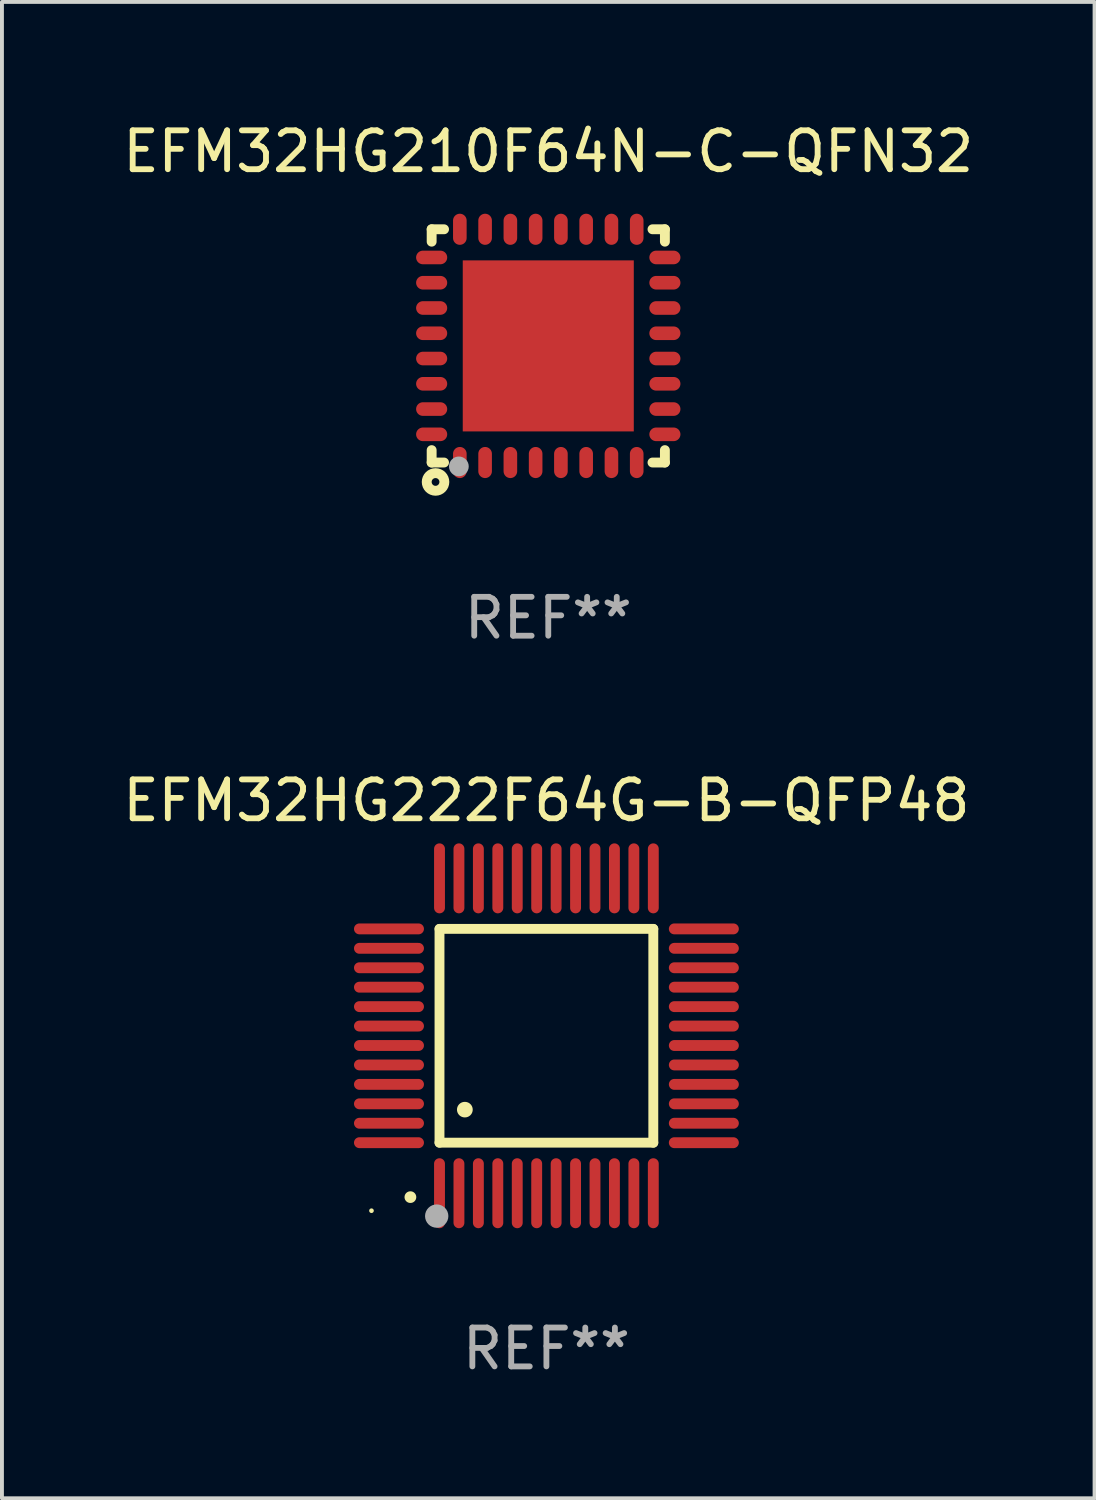
<source format=kicad_pcb>
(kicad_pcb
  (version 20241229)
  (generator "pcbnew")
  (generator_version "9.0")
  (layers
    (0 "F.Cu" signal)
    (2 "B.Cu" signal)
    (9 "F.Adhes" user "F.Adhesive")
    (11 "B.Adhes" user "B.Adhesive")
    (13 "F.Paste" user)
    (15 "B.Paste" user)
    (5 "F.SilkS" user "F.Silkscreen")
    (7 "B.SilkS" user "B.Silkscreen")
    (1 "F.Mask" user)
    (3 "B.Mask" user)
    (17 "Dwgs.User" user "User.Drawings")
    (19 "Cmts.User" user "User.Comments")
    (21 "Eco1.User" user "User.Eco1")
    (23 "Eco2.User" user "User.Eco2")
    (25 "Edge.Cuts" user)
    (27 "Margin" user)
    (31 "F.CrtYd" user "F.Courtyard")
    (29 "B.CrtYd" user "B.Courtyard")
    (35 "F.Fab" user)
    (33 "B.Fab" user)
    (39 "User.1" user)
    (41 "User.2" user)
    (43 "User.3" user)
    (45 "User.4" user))
  (footprint "EFM32HG210F64N-C-QFN32"
    (layer "F.Cu")
    (at 11.054 5.848)
    (property "Reference" "EFM32HG210F64N-C-QFN32" (at 0 -5 0) (layer "F.SilkS") (effects (font (size 1 1) (thickness 0.15))))
    (attr through_hole)
    (fp_line (start -3 -3) (end -3 -2.681) (stroke (width 0.254) (type solid)) (layer "F.SilkS"))
    (fp_line (start -3 -3) (end -2.681 -3) (stroke (width 0.254) (type solid)) (layer "F.SilkS"))
    (fp_line (start -3 2.681) (end -3 3) (stroke (width 0.254) (type solid)) (layer "F.SilkS"))
    (fp_line (start -3 3) (end -2.681 3) (stroke (width 0.254) (type solid)) (layer "F.SilkS"))
    (fp_line (start 2.681 -3) (end 3 -3) (stroke (width 0.254) (type solid)) (layer "F.SilkS"))
    (fp_line (start 2.681 3) (end 3 3) (stroke (width 0.254) (type solid)) (layer "F.SilkS"))
    (fp_line (start 3 -3) (end 3 -2.681) (stroke (width 0.254) (type solid)) (layer "F.SilkS"))
    (fp_line (start 3 2.681) (end 3 3) (stroke (width 0.254) (type solid)) (layer "F.SilkS"))
    (fp_circle (center -3 3) (end -2.97 3) (stroke (width 0.06) (type solid)) (fill no) (layer "F.SilkS"))
    (fp_circle (center -2.9 3.5) (end -2.8 3.5) (stroke (width 0.254) (type solid)) (fill no) (layer "F.SilkS"))
    (fp_circle (center -2.3 3.1) (end -2.173 3.1) (stroke (width 0.254) (type solid)) (fill no) (layer "F.Fab"))
    (fp_text user "REF**" (at 0 7 0) (layer "F.Fab") (effects (font (size 1 1) (thickness 0.15))))
    (pad "1" smd oval (at -2.275 3 180) (size 0.35 0.8) (layers "F.Cu" "F.Mask" "F.Paste"))
    (pad "2" smd oval (at -1.625 3 180) (size 0.35 0.8) (layers "F.Cu" "F.Mask" "F.Paste"))
    (pad "3" smd oval (at -0.975 3 180) (size 0.35 0.8) (layers "F.Cu" "F.Mask" "F.Paste"))
    (pad "4" smd oval (at -0.325 3 180) (size 0.35 0.8) (layers "F.Cu" "F.Mask" "F.Paste"))
    (pad "5" smd oval (at 0.325 3 180) (size 0.35 0.8) (layers "F.Cu" "F.Mask" "F.Paste"))
    (pad "6" smd oval (at 0.975 3 180) (size 0.35 0.8) (layers "F.Cu" "F.Mask" "F.Paste"))
    (pad "7" smd oval (at 1.625 3 180) (size 0.35 0.8) (layers "F.Cu" "F.Mask" "F.Paste"))
    (pad "8" smd oval (at 2.275 3 180) (size 0.35 0.8) (layers "F.Cu" "F.Mask" "F.Paste"))
    (pad "9" smd oval (at 3 2.275 90) (size 0.35 0.8) (layers "F.Cu" "F.Mask" "F.Paste"))
    (pad "10" smd oval (at 3 1.625 90) (size 0.35 0.8) (layers "F.Cu" "F.Mask" "F.Paste"))
    (pad "11" smd oval (at 3 0.975 90) (size 0.35 0.8) (layers "F.Cu" "F.Mask" "F.Paste"))
    (pad "12" smd oval (at 3 0.325 90) (size 0.35 0.8) (layers "F.Cu" "F.Mask" "F.Paste"))
    (pad "13" smd oval (at 3 -0.325 90) (size 0.35 0.8) (layers "F.Cu" "F.Mask" "F.Paste"))
    (pad "14" smd oval (at 3 -0.975 90) (size 0.35 0.8) (layers "F.Cu" "F.Mask" "F.Paste"))
    (pad "15" smd oval (at 3 -1.625 90) (size 0.35 0.8) (layers "F.Cu" "F.Mask" "F.Paste"))
    (pad "16" smd oval (at 3 -2.275 90) (size 0.35 0.8) (layers "F.Cu" "F.Mask" "F.Paste"))
    (pad "17" smd oval (at 2.275 -3 180) (size 0.35 0.8) (layers "F.Cu" "F.Mask" "F.Paste"))
    (pad "18" smd oval (at 1.625 -3 180) (size 0.35 0.8) (layers "F.Cu" "F.Mask" "F.Paste"))
    (pad "19" smd oval (at 0.975 -3 180) (size 0.35 0.8) (layers "F.Cu" "F.Mask" "F.Paste"))
    (pad "20" smd oval (at 0.325 -3 180) (size 0.35 0.8) (layers "F.Cu" "F.Mask" "F.Paste"))
    (pad "21" smd oval (at -0.325 -3 180) (size 0.35 0.8) (layers "F.Cu" "F.Mask" "F.Paste"))
    (pad "22" smd oval (at -0.975 -3 180) (size 0.35 0.8) (layers "F.Cu" "F.Mask" "F.Paste"))
    (pad "23" smd oval (at -1.625 -3 180) (size 0.35 0.8) (layers "F.Cu" "F.Mask" "F.Paste"))
    (pad "24" smd oval (at -2.275 -3 180) (size 0.35 0.8) (layers "F.Cu" "F.Mask" "F.Paste"))
    (pad "25" smd oval (at -3 -2.275 90) (size 0.35 0.8) (layers "F.Cu" "F.Mask" "F.Paste"))
    (pad "26" smd oval (at -3 -1.625 90) (size 0.35 0.8) (layers "F.Cu" "F.Mask" "F.Paste"))
    (pad "27" smd oval (at -3 -0.975 90) (size 0.35 0.8) (layers "F.Cu" "F.Mask" "F.Paste"))
    (pad "28" smd oval (at -3 -0.325 90) (size 0.35 0.8) (layers "F.Cu" "F.Mask" "F.Paste"))
    (pad "29" smd oval (at -3 0.325 90) (size 0.35 0.8) (layers "F.Cu" "F.Mask" "F.Paste"))
    (pad "30" smd oval (at -3 0.975 90) (size 0.35 0.8) (layers "F.Cu" "F.Mask" "F.Paste"))
    (pad "31" smd oval (at -3 1.625 90) (size 0.35 0.8) (layers "F.Cu" "F.Mask" "F.Paste"))
    (pad "32" smd oval (at -3 2.275 90) (size 0.35 0.8) (layers "F.Cu" "F.Mask" "F.Paste"))
    (pad "33" smd rect (at 0.000038 0.000038 90) (size 4.4 4.4) (layers "F.Cu" "F.Mask" "F.Paste")))
  (footprint "EFM32HG222F64G-B-QFP48"
    (layer "F.Cu")
    (at 11.006 23.595)
    (property "Reference" "EFM32HG222F64G-B-QFP48" (at 0 -6.05 0) (layer "F.SilkS") (effects (font (size 1 1) (thickness 0.15))))
    (attr through_hole)
    (fp_line (start -2.75 -2.75) (end 2.75 -2.75) (stroke (width 0.254) (type solid)) (layer "F.SilkS"))
    (fp_line (start -2.75 2.75) (end -2.75 -2.75) (stroke (width 0.254) (type solid)) (layer "F.SilkS"))
    (fp_line (start 2.75 -2.75) (end 2.75 2.75) (stroke (width 0.254) (type solid)) (layer "F.SilkS"))
    (fp_line (start 2.75 2.75) (end -2.75 2.75) (stroke (width 0.254) (type solid)) (layer "F.SilkS"))
    (fp_arc (start -3.500127 4.150368) (mid -3.498857 4.150363) (end -3.497587 4.150368) (stroke (width 0.3) (type solid)) (layer "F.SilkS"))
    (fp_arc (start -2.100584 1.899924) (mid -2.098044 1.899908) (end -2.095504 1.899924) (stroke (width 0.4) (type solid)) (layer "F.SilkS"))
    (fp_circle (center -4.5 4.5) (end -4.47 4.5) (stroke (width 0.06) (type solid)) (fill no) (layer "F.SilkS"))
    (fp_circle (center -2.822 4.638) (end -2.672 4.638) (stroke (width 0.3) (type solid)) (fill no) (layer "F.Fab"))
    (fp_text user "REF**" (at 0 8.05 0) (layer "F.Fab") (effects (font (size 1 1) (thickness 0.15))))
    (pad "1" smd oval (at -2.75 4.05) (size 0.28 1.8) (layers "F.Cu" "F.Mask" "F.Paste"))
    (pad "2" smd oval (at -2.25 4.05) (size 0.28 1.8) (layers "F.Cu" "F.Mask" "F.Paste"))
    (pad "3" smd oval (at -1.75 4.05) (size 0.28 1.8) (layers "F.Cu" "F.Mask" "F.Paste"))
    (pad "4" smd oval (at -1.25 4.05) (size 0.28 1.8) (layers "F.Cu" "F.Mask" "F.Paste"))
    (pad "5" smd oval (at -0.75 4.05) (size 0.28 1.8) (layers "F.Cu" "F.Mask" "F.Paste"))
    (pad "6" smd oval (at -0.25 4.05) (size 0.28 1.8) (layers "F.Cu" "F.Mask" "F.Paste"))
    (pad "7" smd oval (at 0.25 4.05) (size 0.28 1.8) (layers "F.Cu" "F.Mask" "F.Paste"))
    (pad "8" smd oval (at 0.75 4.05) (size 0.28 1.8) (layers "F.Cu" "F.Mask" "F.Paste"))
    (pad "9" smd oval (at 1.25 4.05) (size 0.28 1.8) (layers "F.Cu" "F.Mask" "F.Paste"))
    (pad "10" smd oval (at 1.75 4.05) (size 0.28 1.8) (layers "F.Cu" "F.Mask" "F.Paste"))
    (pad "11" smd oval (at 2.25 4.05) (size 0.28 1.8) (layers "F.Cu" "F.Mask" "F.Paste"))
    (pad "12" smd oval (at 2.75 4.05) (size 0.28 1.8) (layers "F.Cu" "F.Mask" "F.Paste"))
    (pad "13" smd oval (at 4.05 2.75) (size 1.8 0.28) (layers "F.Cu" "F.Mask" "F.Paste"))
    (pad "14" smd oval (at 4.05 2.25) (size 1.8 0.28) (layers "F.Cu" "F.Mask" "F.Paste"))
    (pad "15" smd oval (at 4.05 1.75) (size 1.8 0.28) (layers "F.Cu" "F.Mask" "F.Paste"))
    (pad "16" smd oval (at 4.05 1.25) (size 1.8 0.28) (layers "F.Cu" "F.Mask" "F.Paste"))
    (pad "17" smd oval (at 4.05 0.75) (size 1.8 0.28) (layers "F.Cu" "F.Mask" "F.Paste"))
    (pad "18" smd oval (at 4.05 0.25) (size 1.8 0.28) (layers "F.Cu" "F.Mask" "F.Paste"))
    (pad "19" smd oval (at 4.05 -0.25) (size 1.8 0.28) (layers "F.Cu" "F.Mask" "F.Paste"))
    (pad "20" smd oval (at 4.05 -0.75) (size 1.8 0.28) (layers "F.Cu" "F.Mask" "F.Paste"))
    (pad "21" smd oval (at 4.05 -1.25) (size 1.8 0.28) (layers "F.Cu" "F.Mask" "F.Paste"))
    (pad "22" smd oval (at 4.05 -1.75) (size 1.8 0.28) (layers "F.Cu" "F.Mask" "F.Paste"))
    (pad "23" smd oval (at 4.05 -2.25) (size 1.8 0.28) (layers "F.Cu" "F.Mask" "F.Paste"))
    (pad "24" smd oval (at 4.05 -2.75) (size 1.8 0.28) (layers "F.Cu" "F.Mask" "F.Paste"))
    (pad "25" smd oval (at 2.75 -4.05) (size 0.28 1.8) (layers "F.Cu" "F.Mask" "F.Paste"))
    (pad "26" smd oval (at 2.25 -4.05) (size 0.28 1.8) (layers "F.Cu" "F.Mask" "F.Paste"))
    (pad "27" smd oval (at 1.75 -4.05) (size 0.28 1.8) (layers "F.Cu" "F.Mask" "F.Paste"))
    (pad "28" smd oval (at 1.25 -4.05) (size 0.28 1.8) (layers "F.Cu" "F.Mask" "F.Paste"))
    (pad "29" smd oval (at 0.75 -4.05) (size 0.28 1.8) (layers "F.Cu" "F.Mask" "F.Paste"))
    (pad "30" smd oval (at 0.25 -4.05) (size 0.28 1.8) (layers "F.Cu" "F.Mask" "F.Paste"))
    (pad "31" smd oval (at -0.25 -4.05) (size 0.28 1.8) (layers "F.Cu" "F.Mask" "F.Paste"))
    (pad "32" smd oval (at -0.75 -4.05) (size 0.28 1.8) (layers "F.Cu" "F.Mask" "F.Paste"))
    (pad "33" smd oval (at -1.25 -4.05) (size 0.28 1.8) (layers "F.Cu" "F.Mask" "F.Paste"))
    (pad "34" smd oval (at -1.75 -4.05) (size 0.28 1.8) (layers "F.Cu" "F.Mask" "F.Paste"))
    (pad "35" smd oval (at -2.25 -4.05) (size 0.28 1.8) (layers "F.Cu" "F.Mask" "F.Paste"))
    (pad "36" smd oval (at -2.75 -4.05) (size 0.28 1.8) (layers "F.Cu" "F.Mask" "F.Paste"))
    (pad "37" smd oval (at -4.05 -2.75) (size 1.8 0.28) (layers "F.Cu" "F.Mask" "F.Paste"))
    (pad "38" smd oval (at -4.05 -2.25) (size 1.8 0.28) (layers "F.Cu" "F.Mask" "F.Paste"))
    (pad "39" smd oval (at -4.05 -1.75) (size 1.8 0.28) (layers "F.Cu" "F.Mask" "F.Paste"))
    (pad "40" smd oval (at -4.05 -1.25) (size 1.8 0.28) (layers "F.Cu" "F.Mask" "F.Paste"))
    (pad "41" smd oval (at -4.05 -0.75) (size 1.8 0.28) (layers "F.Cu" "F.Mask" "F.Paste"))
    (pad "42" smd oval (at -4.05 -0.25) (size 1.8 0.28) (layers "F.Cu" "F.Mask" "F.Paste"))
    (pad "43" smd oval (at -4.05 0.25) (size 1.8 0.28) (layers "F.Cu" "F.Mask" "F.Paste"))
    (pad "44" smd oval (at -4.05 0.75) (size 1.8 0.28) (layers "F.Cu" "F.Mask" "F.Paste"))
    (pad "45" smd oval (at -4.05 1.25) (size 1.8 0.28) (layers "F.Cu" "F.Mask" "F.Paste"))
    (pad "46" smd oval (at -4.05 1.75) (size 1.8 0.28) (layers "F.Cu" "F.Mask" "F.Paste"))
    (pad "47" smd oval (at -4.05 2.25) (size 1.8 0.28) (layers "F.Cu" "F.Mask" "F.Paste"))
    (pad "48" smd oval (at -4.05 2.75) (size 1.8 0.28) (layers "F.Cu" "F.Mask" "F.Paste")))
  (gr_rect
    (start -3 -3)
    (end 25.107 35.493)
    (stroke (width 0.1) (type default))
    (fill no)
    (layer "Edge.Cuts")))
</source>
